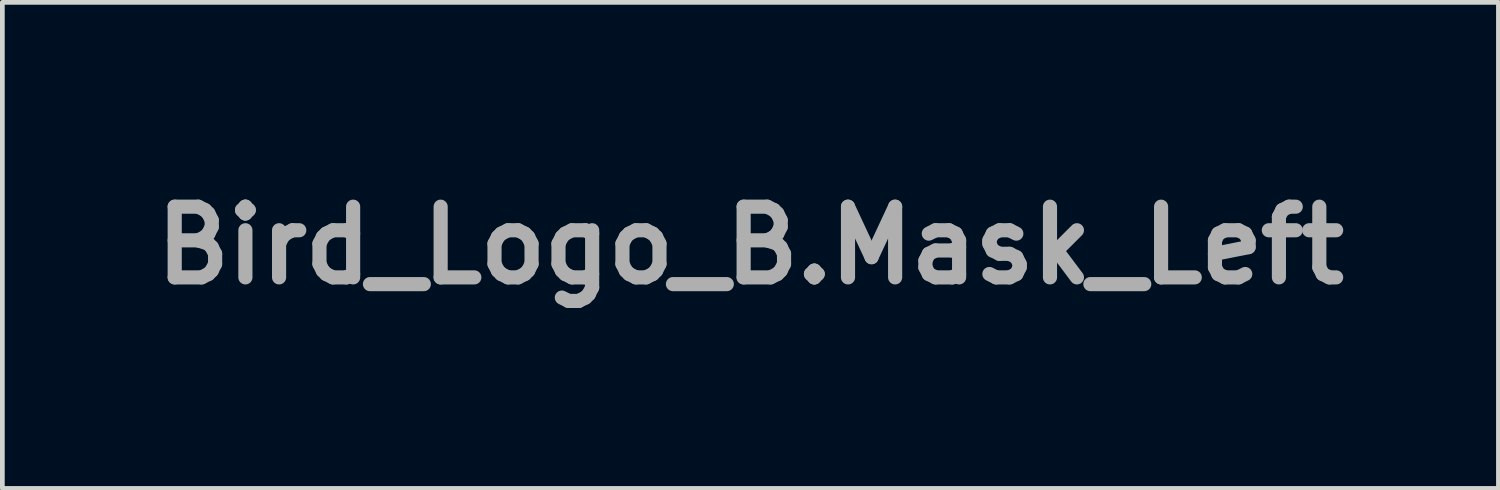
<source format=kicad_pcb>
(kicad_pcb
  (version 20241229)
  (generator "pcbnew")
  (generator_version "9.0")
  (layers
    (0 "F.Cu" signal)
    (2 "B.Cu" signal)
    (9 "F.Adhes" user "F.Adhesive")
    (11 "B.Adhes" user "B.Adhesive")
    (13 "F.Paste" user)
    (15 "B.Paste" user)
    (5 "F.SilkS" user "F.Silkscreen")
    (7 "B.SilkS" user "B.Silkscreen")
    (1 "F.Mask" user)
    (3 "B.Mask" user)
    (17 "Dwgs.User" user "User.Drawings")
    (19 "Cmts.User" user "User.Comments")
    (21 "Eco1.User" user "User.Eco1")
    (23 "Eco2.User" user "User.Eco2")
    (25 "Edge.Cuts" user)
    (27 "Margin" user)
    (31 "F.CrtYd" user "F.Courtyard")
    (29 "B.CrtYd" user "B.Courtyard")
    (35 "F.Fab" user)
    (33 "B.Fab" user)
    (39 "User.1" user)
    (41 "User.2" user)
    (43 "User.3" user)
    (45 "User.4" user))
  (footprint "Bird_Logo_B.Mask_Left"
    (layer "F.Cu")
    (at 12.871 2.157)
    (property "Reference" "Bird_Logo_B.Mask_Left" (at 0 0 0) (layer "F.Fab") (effects (font (size 1.5 1.5) (thickness 0.3))))
    (attr board_only exclude_from_pos_files exclude_from_bom)
    (fp_poly (pts (xy 0.005 0.192) (xy 0.006 0.195) (xy 0.008 0.201) (xy 0.011 0.209) (xy 0.014 0.218) (xy 0.017 0.229) (xy 0.02 0.237) (xy 0.041 0.304) (xy 0.059 0.369) (xy 0.075 0.433) (xy 0.088 0.497) (xy 0.098 0.559) (xy 0.106 0.621) (xy 0.111 0.681) (xy 0.114 0.741) (xy 0.113 0.799) (xy 0.11 0.857) (xy 0.105 0.913) (xy 0.097 0.969) (xy 0.086 1.023) (xy 0.073 1.073) (xy 0.059 1.118) (xy 0.044 1.162) (xy 0.026 1.205) (xy 0.007 1.247) (xy -0.014 1.287) (xy -0.037 1.325) (xy -0.061 1.361) (xy -0.087 1.395) (xy -0.113 1.427) (xy -0.141 1.456) (xy -0.151 1.465) (xy -0.161 1.474) (xy -0.147 1.482) (xy -0.138 1.487) (xy -0.128 1.494) (xy -0.117 1.501) (xy -0.106 1.508) (xy -0.095 1.516) (xy -0.084 1.523) (xy -0.076 1.529) (xy -0.036 1.56) (xy 0.002 1.593) (xy 0.039 1.628) (xy 0.074 1.666) (xy 0.107 1.706) (xy 0.139 1.748) (xy 0.169 1.792) (xy 0.197 1.838) (xy 0.224 1.886) (xy 0.248 1.935) (xy 0.27 1.987) (xy 0.276 2.001) (xy 0.283 2.02) (xy 0.291 2.041) (xy 0.298 2.062) (xy 0.305 2.083) (xy 0.311 2.102) (xy 0.316 2.121) (xy 0.32 2.137) (xy 0.321 2.141) (xy 0.322 2.147) (xy 0.324 2.152) (xy 0.325 2.156) (xy 0.325 2.157) (xy 0.326 2.156) (xy 0.327 2.153) (xy 0.328 2.149) (xy 0.329 2.145) (xy 0.345 2.048) (xy 0.359 1.952) (xy 0.369 1.857) (xy 0.378 1.763) (xy 0.383 1.67) (xy 0.386 1.578) (xy 0.386 1.487) (xy 0.384 1.396) (xy 0.378 1.307) (xy 0.37 1.219) (xy 0.36 1.132) (xy 0.354 1.092) (xy 0.342 1.019) (xy 0.327 0.948) (xy 0.311 0.877) (xy 0.293 0.807) (xy 0.273 0.738) (xy 0.251 0.671) (xy 0.227 0.606) (xy 0.202 0.542) (xy 0.175 0.48) (xy 0.146 0.42) (xy 0.116 0.362) (xy 0.084 0.307) (xy 0.083 0.304) (xy 0.077 0.294) (xy 0.07 0.283) (xy 0.062 0.271) (xy 0.055 0.26) (xy 0.05 0.253) (xy 0.045 0.245) (xy 0.039 0.236) (xy 0.033 0.228) (xy 0.027 0.22) (xy 0.021 0.212) (xy 0.016 0.205) (xy 0.012 0.199) (xy 0.008 0.194) (xy 0.006 0.191) (xy 0.005 0.19)) (stroke (width 0) (type solid)) (fill yes) (layer "B.Mask"))
    (fp_poly (pts (xy 1.661 -2.156) (xy 1.622 -2.155) (xy 1.584 -2.154) (xy 1.564 -2.152) (xy 1.479 -2.146) (xy 1.396 -2.137) (xy 1.314 -2.126) (xy 1.232 -2.112) (xy 1.153 -2.096) (xy 1.074 -2.077) (xy 0.997 -2.057) (xy 0.921 -2.033) (xy 0.847 -2.008) (xy 0.774 -1.98) (xy 0.703 -1.95) (xy 0.634 -1.918) (xy 0.566 -1.883) (xy 0.5 -1.846) (xy 0.436 -1.807) (xy 0.391 -1.778) (xy 0.382 -1.772) (xy 0.373 -1.766) (xy 0.364 -1.76) (xy 0.357 -1.755) (xy 0.349 -1.749) (xy 0.341 -1.744) (xy 0.332 -1.737) (xy 0.323 -1.731) (xy 0.313 -1.723) (xy 0.302 -1.715) (xy 0.289 -1.705) (xy 0.274 -1.694) (xy 0.265 -1.687) (xy 0.209 -1.645) (xy 0.155 -1.606) (xy 0.102 -1.568) (xy 0.05 -1.532) (xy -0.000326 -1.497) (xy -0.051 -1.463) (xy -0.101 -1.43) (xy -0.151 -1.397) (xy -0.201 -1.366) (xy -0.227 -1.35) (xy -0.286 -1.315) (xy -0.344 -1.28) (xy -0.402 -1.248) (xy -0.459 -1.217) (xy -0.515 -1.187) (xy -0.57 -1.16) (xy -0.625 -1.134) (xy -0.677 -1.11) (xy -0.728 -1.087) (xy -0.778 -1.067) (xy -0.826 -1.049) (xy -0.83 -1.048) (xy -0.842 -1.044) (xy -0.854 -1.04) (xy -0.865 -1.036) (xy -0.876 -1.032) (xy -0.887 -1.029) (xy -0.896 -1.026) (xy -0.904 -1.024) (xy -0.91 -1.022) (xy -0.914 -1.022) (xy -0.916 -1.022) (xy -0.917 -1.023) (xy -0.919 -1.026) (xy -0.922 -1.031) (xy -0.926 -1.037) (xy -0.928 -1.04) (xy -0.949 -1.07) (xy -0.972 -1.1) (xy -0.997 -1.13) (xy -1.024 -1.16) (xy -1.052 -1.188) (xy -1.08 -1.216) (xy -1.101 -1.235) (xy -1.12 -1.25) (xy -1.14 -1.265) (xy -1.16 -1.281) (xy -1.181 -1.295) (xy -1.202 -1.309) (xy -1.222 -1.321) (xy -1.227 -1.324) (xy -1.265 -1.344) (xy -1.303 -1.361) (xy -1.341 -1.375) (xy -1.38 -1.386) (xy -1.418 -1.395) (xy -1.457 -1.401) (xy -1.496 -1.403) (xy -1.535 -1.403) (xy -1.574 -1.4) (xy -1.614 -1.394) (xy -1.647 -1.387) (xy -1.686 -1.376) (xy -1.725 -1.362) (xy -1.764 -1.345) (xy -1.803 -1.326) (xy -1.842 -1.304) (xy -1.881 -1.279) (xy -1.921 -1.251) (xy -1.96 -1.22) (xy -1.979 -1.204) (xy -2 -1.186) (xy -1.977 -1.185) (xy -1.938 -1.182) (xy -1.901 -1.177) (xy -1.863 -1.168) (xy -1.827 -1.157) (xy -1.792 -1.144) (xy -1.758 -1.128) (xy -1.726 -1.11) (xy -1.695 -1.089) (xy -1.665 -1.066) (xy -1.637 -1.041) (xy -1.611 -1.013) (xy -1.587 -0.983) (xy -1.564 -0.951) (xy -1.544 -0.917) (xy -1.525 -0.881) (xy -1.508 -0.842) (xy -1.494 -0.804) (xy -1.484 -0.773) (xy -1.475 -0.741) (xy -1.467 -0.708) (xy -1.461 -0.674) (xy -1.455 -0.638) (xy -1.45 -0.601) (xy -1.446 -0.56) (xy -1.445 -0.546) (xy -1.443 -0.522) (xy -1.441 -0.5) (xy -1.437 -0.479) (xy -1.434 -0.459) (xy -1.429 -0.44) (xy -1.426 -0.428) (xy -1.416 -0.398) (xy -1.405 -0.368) (xy -1.392 -0.339) (xy -1.377 -0.311) (xy -1.36 -0.282) (xy -1.341 -0.254) (xy -1.319 -0.227) (xy -1.296 -0.199) (xy -1.27 -0.171) (xy -1.242 -0.144) (xy -1.211 -0.116) (xy -1.178 -0.088) (xy -1.142 -0.059) (xy -1.104 -0.03) (xy -1.088 -0.019) (xy -1.079 -0.012) (xy -1.068 -0.005) (xy -1.057 0.003) (xy -1.044 0.012) (xy -1.031 0.021) (xy -1.017 0.031) (xy -1.001 0.042) (xy -0.983 0.054) (xy -0.964 0.067) (xy -0.942 0.081) (xy -0.919 0.096) (xy -0.901 0.109) (xy -0.876 0.125) (xy -0.853 0.141) (xy -0.832 0.155) (xy -0.812 0.168) (xy -0.795 0.18) (xy -0.778 0.191) (xy -0.763 0.202) (xy -0.749 0.212) (xy -0.735 0.221) (xy -0.722 0.231) (xy -0.709 0.24) (xy -0.696 0.25) (xy -0.683 0.26) (xy -0.672 0.268) (xy -0.622 0.306) (xy -0.574 0.345) (xy -0.53 0.384) (xy -0.488 0.424) (xy -0.448 0.464) (xy -0.411 0.504) (xy -0.377 0.545) (xy -0.344 0.587) (xy -0.314 0.63) (xy -0.285 0.673) (xy -0.259 0.718) (xy -0.249 0.736) (xy -0.223 0.787) (xy -0.2 0.84) (xy -0.178 0.894) (xy -0.159 0.95) (xy -0.143 1.008) (xy -0.128 1.068) (xy -0.116 1.129) (xy -0.114 1.143) (xy -0.108 1.175) (xy -0.107 1.165) (xy -0.104 1.148) (xy -0.101 1.128) (xy -0.098 1.106) (xy -0.095 1.083) (xy -0.093 1.058) (xy -0.09 1.032) (xy -0.087 1.005) (xy -0.085 0.978) (xy -0.083 0.951) (xy -0.081 0.927) (xy -0.079 0.884) (xy -0.077 0.84) (xy -0.076 0.794) (xy -0.076 0.749) (xy -0.076 0.704) (xy -0.077 0.659) (xy -0.078 0.617) (xy -0.08 0.576) (xy -0.081 0.573) (xy -0.086 0.499) (xy -0.094 0.426) (xy -0.104 0.356) (xy -0.115 0.287) (xy -0.129 0.221) (xy -0.144 0.157) (xy -0.162 0.095) (xy -0.181 0.034) (xy -0.202 -0.024) (xy -0.225 -0.08) (xy -0.248 -0.128) (xy -0.252 -0.137) (xy -0.256 -0.145) (xy -0.259 -0.151) (xy -0.261 -0.156) (xy -0.263 -0.16) (xy -0.263 -0.161) (xy -0.262 -0.161) (xy -0.258 -0.161) (xy -0.253 -0.161) (xy -0.248 -0.162) (xy -0.181 -0.167) (xy -0.114 -0.175) (xy -0.047 -0.185) (xy 0.02 -0.198) (xy 0.087 -0.213) (xy 0.152 -0.231) (xy 0.216 -0.25) (xy 0.279 -0.272) (xy 0.319 -0.287) (xy 0.378 -0.312) (xy 0.435 -0.338) (xy 0.49 -0.366) (xy 0.542 -0.396) (xy 0.592 -0.428) (xy 0.64 -0.462) (xy 0.686 -0.497) (xy 0.729 -0.534) (xy 0.77 -0.573) (xy 0.809 -0.613) (xy 0.846 -0.655) (xy 0.88 -0.699) (xy 0.912 -0.744) (xy 0.913 -0.746) (xy 0.925 -0.764) (xy 0.935 -0.781) (xy 0.945 -0.797) (xy 0.954 -0.813) (xy 0.963 -0.83) (xy 0.973 -0.849) (xy 0.976 -0.855) (xy 0.987 -0.878) (xy 0.997 -0.899) (xy 1.007 -0.921) (xy 1.016 -0.942) (xy 1.024 -0.964) (xy 1.033 -0.987) (xy 1.041 -1.012) (xy 1.049 -1.038) (xy 1.058 -1.067) (xy 1.06 -1.075) (xy 1.082 -1.142) (xy 1.105 -1.209) (xy 1.131 -1.274) (xy 1.16 -1.337) (xy 1.19 -1.399) (xy 1.223 -1.459) (xy 1.258 -1.518) (xy 1.295 -1.574) (xy 1.334 -1.629) (xy 1.353 -1.655) (xy 1.395 -1.707) (xy 1.44 -1.757) (xy 1.485 -1.805) (xy 1.533 -1.851) (xy 1.583 -1.894) (xy 1.634 -1.935) (xy 1.686 -1.974) (xy 1.741 -2.011) (xy 1.796 -2.045) (xy 1.813 -2.054) (xy 1.835 -2.066) (xy 1.858 -2.079) (xy 1.882 -2.09) (xy 1.906 -2.102) (xy 1.929 -2.112) (xy 1.951 -2.122) (xy 1.972 -2.13) (xy 1.981 -2.133) (xy 1.988 -2.136) (xy 1.993 -2.138) (xy 1.997 -2.139) (xy 2 -2.14) (xy 2 -2.14) (xy 1.998 -2.141) (xy 1.994 -2.141) (xy 1.988 -2.142) (xy 1.98 -2.143) (xy 1.971 -2.144) (xy 1.961 -2.145) (xy 1.95 -2.146) (xy 1.94 -2.147) (xy 1.932 -2.148) (xy 1.897 -2.151) (xy 1.86 -2.153) (xy 1.822 -2.155) (xy 1.782 -2.156) (xy 1.741 -2.157) (xy 1.701 -2.157)) (stroke (width 0) (type solid)) (fill yes) (layer "B.Mask")))
  (gr_rect
    (start -3 -3)
    (end 28.743 7.313)
    (stroke (width 0.1) (type default))
    (fill no)
    (layer "Edge.Cuts")))
</source>
